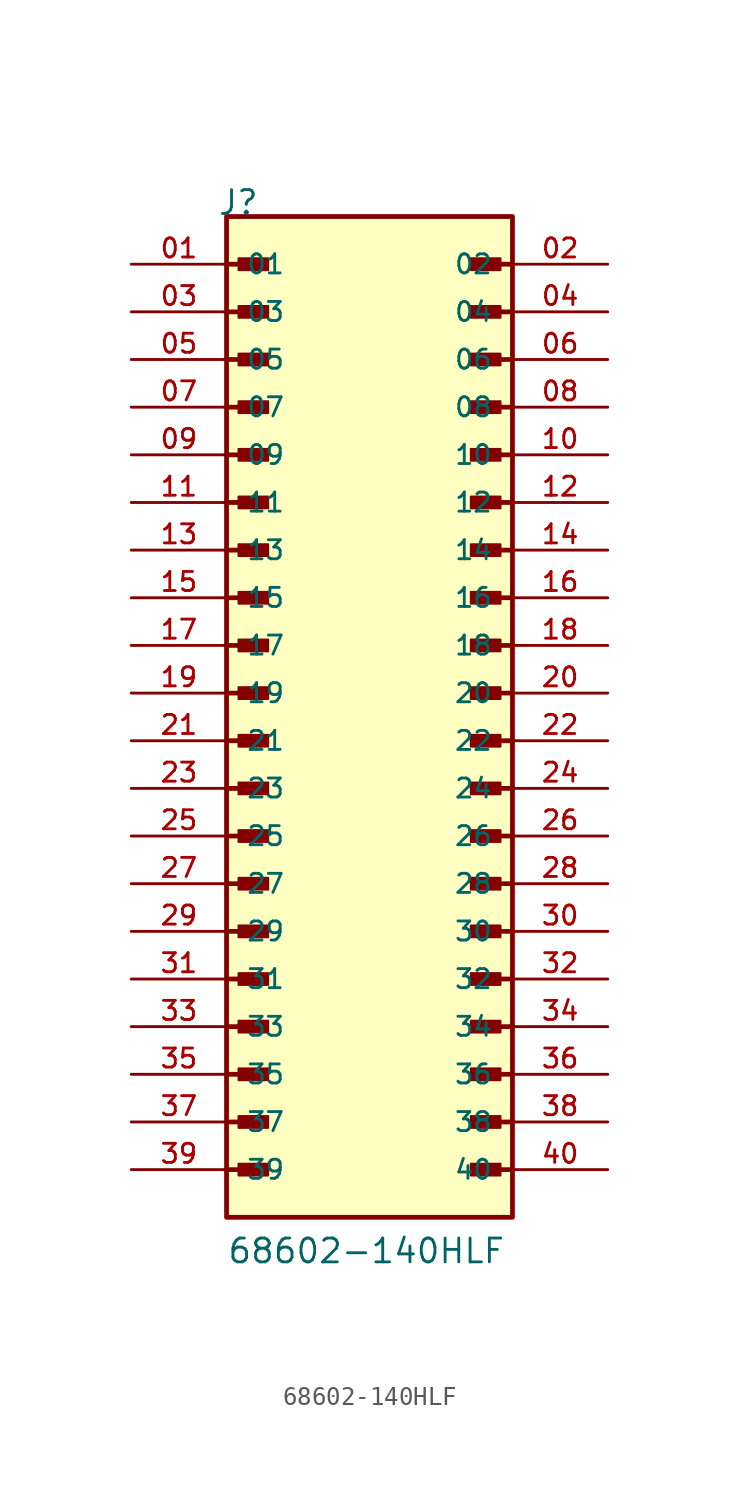
<source format=kicad_sym>
(kicad_symbol_lib
  (version 20211014)
  (generator kicad_symbol_editor)
  (symbol "68602-140HLF"
    (pin_names
      (offset 1.016))
    (property "Reference" "J"
      (at -8.12 27.94 0)
      (effects (font (size 1.27 1.27)) (justify bottom left)))
    (property "Value" "68602-140HLF"
      (at -7.62 -27.94 0)
      (effects (font (size 1.27 1.27)) (justify bottom left)))
    (symbol "68602-140HLF_0_0"
      (polyline (pts (xy -7.62 25.4) (xy -5.715 25.4)) (stroke (width 0.254)))
      (rectangle (start -6.985 25.082) (end -5.397 25.718) (stroke (width 0.1)) (fill (type outline)))
      (polyline (pts (xy 7.62 25.4) (xy 5.715 25.4)) (stroke (width 0.254)))
      (rectangle (start 6.985 25.082) (end 5.397 25.718) (stroke (width 0.1)) (fill (type outline)))
      (polyline (pts (xy -7.62 22.86) (xy -5.715 22.86)) (stroke (width 0.254)))
      (rectangle (start -6.985 22.543) (end -5.397 23.177) (stroke (width 0.1)) (fill (type outline)))
      (polyline (pts (xy 7.62 22.86) (xy 5.715 22.86)) (stroke (width 0.254)))
      (rectangle (start 6.985 22.543) (end 5.397 23.177) (stroke (width 0.1)) (fill (type outline)))
      (polyline (pts (xy -7.62 20.32) (xy -5.715 20.32)) (stroke (width 0.254)))
      (rectangle (start -6.985 20.003) (end -5.397 20.637) (stroke (width 0.1)) (fill (type outline)))
      (polyline (pts (xy 7.62 20.32) (xy 5.715 20.32)) (stroke (width 0.254)))
      (rectangle (start 6.985 20.003) (end 5.397 20.637) (stroke (width 0.1)) (fill (type outline)))
      (polyline (pts (xy -7.62 17.78) (xy -5.715 17.78)) (stroke (width 0.254)))
      (rectangle (start -6.985 17.462) (end -5.397 18.098) (stroke (width 0.1)) (fill (type outline)))
      (polyline (pts (xy 7.62 17.78) (xy 5.715 17.78)) (stroke (width 0.254)))
      (rectangle (start 6.985 17.462) (end 5.397 18.098) (stroke (width 0.1)) (fill (type outline)))
      (polyline (pts (xy -7.62 15.24) (xy -5.715 15.24)) (stroke (width 0.254)))
      (rectangle (start -6.985 14.922) (end -5.397 15.557) (stroke (width 0.1)) (fill (type outline)))
      (polyline (pts (xy 7.62 15.24) (xy 5.715 15.24)) (stroke (width 0.254)))
      (rectangle (start 6.985 14.922) (end 5.397 15.557) (stroke (width 0.1)) (fill (type outline)))
      (polyline (pts (xy -7.62 12.7) (xy -5.715 12.7)) (stroke (width 0.254)))
      (rectangle (start -6.985 12.383) (end -5.397 13.018) (stroke (width 0.1)) (fill (type outline)))
      (polyline (pts (xy 7.62 12.7) (xy 5.715 12.7)) (stroke (width 0.254)))
      (rectangle (start 6.985 12.383) (end 5.397 13.018) (stroke (width 0.1)) (fill (type outline)))
      (polyline (pts (xy -7.62 10.16) (xy -5.715 10.16)) (stroke (width 0.254)))
      (rectangle (start -6.985 9.842) (end -5.397 10.477) (stroke (width 0.1)) (fill (type outline)))
      (polyline (pts (xy 7.62 10.16) (xy 5.715 10.16)) (stroke (width 0.254)))
      (rectangle (start 6.985 9.842) (end 5.397 10.477) (stroke (width 0.1)) (fill (type outline)))
      (polyline (pts (xy -7.62 7.62) (xy -5.715 7.62)) (stroke (width 0.254)))
      (rectangle (start -6.985 7.303) (end -5.397 7.938) (stroke (width 0.1)) (fill (type outline)))
      (polyline (pts (xy 7.62 7.62) (xy 5.715 7.62)) (stroke (width 0.254)))
      (rectangle (start 6.985 7.303) (end 5.397 7.938) (stroke (width 0.1)) (fill (type outline)))
      (polyline (pts (xy -7.62 5.08) (xy -5.715 5.08)) (stroke (width 0.254)))
      (rectangle (start -6.985 4.763) (end -5.397 5.397) (stroke (width 0.1)) (fill (type outline)))
      (polyline (pts (xy 7.62 5.08) (xy 5.715 5.08)) (stroke (width 0.254)))
      (rectangle (start 6.985 4.763) (end 5.397 5.397) (stroke (width 0.1)) (fill (type outline)))
      (polyline (pts (xy -7.62 2.54) (xy -5.715 2.54)) (stroke (width 0.254)))
      (rectangle (start -6.985 2.223) (end -5.397 2.857) (stroke (width 0.1)) (fill (type outline)))
      (polyline (pts (xy 7.62 2.54) (xy 5.715 2.54)) (stroke (width 0.254)))
      (rectangle (start 6.985 2.223) (end 5.397 2.857) (stroke (width 0.1)) (fill (type outline)))
      (polyline (pts (xy -7.62 0.0) (xy -5.715 0.0)) (stroke (width 0.254)))
      (rectangle (start -6.985 -0.318) (end -5.397 0.318) (stroke (width 0.1)) (fill (type outline)))
      (polyline (pts (xy 7.62 0.0) (xy 5.715 0.0)) (stroke (width 0.254)))
      (rectangle (start 6.985 -0.318) (end 5.397 0.318) (stroke (width 0.1)) (fill (type outline)))
      (polyline (pts (xy -7.62 -2.54) (xy -5.715 -2.54)) (stroke (width 0.254)))
      (rectangle (start -6.985 -2.857) (end -5.397 -2.223) (stroke (width 0.1)) (fill (type outline)))
      (polyline (pts (xy 7.62 -2.54) (xy 5.715 -2.54)) (stroke (width 0.254)))
      (rectangle (start 6.985 -2.857) (end 5.397 -2.223) (stroke (width 0.1)) (fill (type outline)))
      (polyline (pts (xy -7.62 -5.08) (xy -5.715 -5.08)) (stroke (width 0.254)))
      (rectangle (start -6.985 -5.397) (end -5.397 -4.763) (stroke (width 0.1)) (fill (type outline)))
      (polyline (pts (xy 7.62 -5.08) (xy 5.715 -5.08)) (stroke (width 0.254)))
      (rectangle (start 6.985 -5.397) (end 5.397 -4.763) (stroke (width 0.1)) (fill (type outline)))
      (polyline (pts (xy -7.62 -7.62) (xy -5.715 -7.62)) (stroke (width 0.254)))
      (rectangle (start -6.985 -7.938) (end -5.397 -7.303) (stroke (width 0.1)) (fill (type outline)))
      (polyline (pts (xy 7.62 -7.62) (xy 5.715 -7.62)) (stroke (width 0.254)))
      (rectangle (start 6.985 -7.938) (end 5.397 -7.303) (stroke (width 0.1)) (fill (type outline)))
      (polyline (pts (xy -7.62 -10.16) (xy -5.715 -10.16)) (stroke (width 0.254)))
      (rectangle (start -6.985 -10.477) (end -5.397 -9.842) (stroke (width 0.1)) (fill (type outline)))
      (polyline (pts (xy 7.62 -10.16) (xy 5.715 -10.16)) (stroke (width 0.254)))
      (rectangle (start 6.985 -10.477) (end 5.397 -9.842) (stroke (width 0.1)) (fill (type outline)))
      (polyline (pts (xy -7.62 -12.7) (xy -5.715 -12.7)) (stroke (width 0.254)))
      (rectangle (start -6.985 -13.018) (end -5.397 -12.383) (stroke (width 0.1)) (fill (type outline)))
      (polyline (pts (xy 7.62 -12.7) (xy 5.715 -12.7)) (stroke (width 0.254)))
      (rectangle (start 6.985 -13.018) (end 5.397 -12.383) (stroke (width 0.1)) (fill (type outline)))
      (polyline (pts (xy -7.62 -15.24) (xy -5.715 -15.24)) (stroke (width 0.254)))
      (rectangle (start -6.985 -15.557) (end -5.397 -14.922) (stroke (width 0.1)) (fill (type outline)))
      (polyline (pts (xy 7.62 -15.24) (xy 5.715 -15.24)) (stroke (width 0.254)))
      (rectangle (start 6.985 -15.557) (end 5.397 -14.922) (stroke (width 0.1)) (fill (type outline)))
      (polyline (pts (xy -7.62 -17.78) (xy -5.715 -17.78)) (stroke (width 0.254)))
      (rectangle (start -6.985 -18.098) (end -5.397 -17.462) (stroke (width 0.1)) (fill (type outline)))
      (polyline (pts (xy 7.62 -17.78) (xy 5.715 -17.78)) (stroke (width 0.254)))
      (rectangle (start 6.985 -18.098) (end 5.397 -17.462) (stroke (width 0.1)) (fill (type outline)))
      (polyline (pts (xy -7.62 -20.32) (xy -5.715 -20.32)) (stroke (width 0.254)))
      (rectangle (start -6.985 -20.637) (end -5.397 -20.003) (stroke (width 0.1)) (fill (type outline)))
      (polyline (pts (xy 7.62 -20.32) (xy 5.715 -20.32)) (stroke (width 0.254)))
      (rectangle (start 6.985 -20.637) (end 5.397 -20.003) (stroke (width 0.1)) (fill (type outline)))
      (polyline (pts (xy -7.62 -22.86) (xy -5.715 -22.86)) (stroke (width 0.254)))
      (rectangle (start -6.985 -23.177) (end -5.397 -22.543) (stroke (width 0.1)) (fill (type outline)))
      (polyline (pts (xy 7.62 -22.86) (xy 5.715 -22.86)) (stroke (width 0.254)))
      (rectangle (start 6.985 -23.177) (end 5.397 -22.543) (stroke (width 0.1)) (fill (type outline)))
      (rectangle (start -7.62 -25.4) (end 7.62 27.94) (stroke (width 0.254)) (fill (type background)))
      (pin passive line (at -12.7 25.4 0) (length 5.08) (name "01" (effects (font (size 1.016 1.016)))) (number "01" (effects (font (size 1.016 1.016)))))
      (pin passive line (at 12.7 25.4 180.0) (length 5.08) (name "02" (effects (font (size 1.016 1.016)))) (number "02" (effects (font (size 1.016 1.016)))))
      (pin passive line (at -12.7 22.86 0) (length 5.08) (name "03" (effects (font (size 1.016 1.016)))) (number "03" (effects (font (size 1.016 1.016)))))
      (pin passive line (at 12.7 22.86 180.0) (length 5.08) (name "04" (effects (font (size 1.016 1.016)))) (number "04" (effects (font (size 1.016 1.016)))))
      (pin passive line (at -12.7 20.32 0) (length 5.08) (name "05" (effects (font (size 1.016 1.016)))) (number "05" (effects (font (size 1.016 1.016)))))
      (pin passive line (at 12.7 20.32 180.0) (length 5.08) (name "06" (effects (font (size 1.016 1.016)))) (number "06" (effects (font (size 1.016 1.016)))))
      (pin passive line (at -12.7 17.78 0) (length 5.08) (name "07" (effects (font (size 1.016 1.016)))) (number "07" (effects (font (size 1.016 1.016)))))
      (pin passive line (at 12.7 17.78 180.0) (length 5.08) (name "08" (effects (font (size 1.016 1.016)))) (number "08" (effects (font (size 1.016 1.016)))))
      (pin passive line (at -12.7 15.24 0) (length 5.08) (name "09" (effects (font (size 1.016 1.016)))) (number "09" (effects (font (size 1.016 1.016)))))
      (pin passive line (at 12.7 15.24 180.0) (length 5.08) (name "10" (effects (font (size 1.016 1.016)))) (number "10" (effects (font (size 1.016 1.016)))))
      (pin passive line (at -12.7 12.7 0) (length 5.08) (name "11" (effects (font (size 1.016 1.016)))) (number "11" (effects (font (size 1.016 1.016)))))
      (pin passive line (at 12.7 12.7 180.0) (length 5.08) (name "12" (effects (font (size 1.016 1.016)))) (number "12" (effects (font (size 1.016 1.016)))))
      (pin passive line (at -12.7 10.16 0) (length 5.08) (name "13" (effects (font (size 1.016 1.016)))) (number "13" (effects (font (size 1.016 1.016)))))
      (pin passive line (at 12.7 10.16 180.0) (length 5.08) (name "14" (effects (font (size 1.016 1.016)))) (number "14" (effects (font (size 1.016 1.016)))))
      (pin passive line (at -12.7 7.62 0) (length 5.08) (name "15" (effects (font (size 1.016 1.016)))) (number "15" (effects (font (size 1.016 1.016)))))
      (pin passive line (at 12.7 7.62 180.0) (length 5.08) (name "16" (effects (font (size 1.016 1.016)))) (number "16" (effects (font (size 1.016 1.016)))))
      (pin passive line (at -12.7 5.08 0) (length 5.08) (name "17" (effects (font (size 1.016 1.016)))) (number "17" (effects (font (size 1.016 1.016)))))
      (pin passive line (at 12.7 5.08 180.0) (length 5.08) (name "18" (effects (font (size 1.016 1.016)))) (number "18" (effects (font (size 1.016 1.016)))))
      (pin passive line (at -12.7 2.54 0) (length 5.08) (name "19" (effects (font (size 1.016 1.016)))) (number "19" (effects (font (size 1.016 1.016)))))
      (pin passive line (at 12.7 2.54 180.0) (length 5.08) (name "20" (effects (font (size 1.016 1.016)))) (number "20" (effects (font (size 1.016 1.016)))))
      (pin passive line (at -12.7 0.0 0) (length 5.08) (name "21" (effects (font (size 1.016 1.016)))) (number "21" (effects (font (size 1.016 1.016)))))
      (pin passive line (at 12.7 0.0 180.0) (length 5.08) (name "22" (effects (font (size 1.016 1.016)))) (number "22" (effects (font (size 1.016 1.016)))))
      (pin passive line (at -12.7 -2.54 0) (length 5.08) (name "23" (effects (font (size 1.016 1.016)))) (number "23" (effects (font (size 1.016 1.016)))))
      (pin passive line (at 12.7 -2.54 180.0) (length 5.08) (name "24" (effects (font (size 1.016 1.016)))) (number "24" (effects (font (size 1.016 1.016)))))
      (pin passive line (at -12.7 -5.08 0) (length 5.08) (name "25" (effects (font (size 1.016 1.016)))) (number "25" (effects (font (size 1.016 1.016)))))
      (pin passive line (at 12.7 -5.08 180.0) (length 5.08) (name "26" (effects (font (size 1.016 1.016)))) (number "26" (effects (font (size 1.016 1.016)))))
      (pin passive line (at -12.7 -7.62 0) (length 5.08) (name "27" (effects (font (size 1.016 1.016)))) (number "27" (effects (font (size 1.016 1.016)))))
      (pin passive line (at 12.7 -7.62 180.0) (length 5.08) (name "28" (effects (font (size 1.016 1.016)))) (number "28" (effects (font (size 1.016 1.016)))))
      (pin passive line (at -12.7 -10.16 0) (length 5.08) (name "29" (effects (font (size 1.016 1.016)))) (number "29" (effects (font (size 1.016 1.016)))))
      (pin passive line (at 12.7 -10.16 180.0) (length 5.08) (name "30" (effects (font (size 1.016 1.016)))) (number "30" (effects (font (size 1.016 1.016)))))
      (pin passive line (at -12.7 -12.7 0) (length 5.08) (name "31" (effects (font (size 1.016 1.016)))) (number "31" (effects (font (size 1.016 1.016)))))
      (pin passive line (at 12.7 -12.7 180.0) (length 5.08) (name "32" (effects (font (size 1.016 1.016)))) (number "32" (effects (font (size 1.016 1.016)))))
      (pin passive line (at -12.7 -15.24 0) (length 5.08) (name "33" (effects (font (size 1.016 1.016)))) (number "33" (effects (font (size 1.016 1.016)))))
      (pin passive line (at 12.7 -15.24 180.0) (length 5.08) (name "34" (effects (font (size 1.016 1.016)))) (number "34" (effects (font (size 1.016 1.016)))))
      (pin passive line (at -12.7 -17.78 0) (length 5.08) (name "35" (effects (font (size 1.016 1.016)))) (number "35" (effects (font (size 1.016 1.016)))))
      (pin passive line (at 12.7 -17.78 180.0) (length 5.08) (name "36" (effects (font (size 1.016 1.016)))) (number "36" (effects (font (size 1.016 1.016)))))
      (pin passive line (at -12.7 -20.32 0) (length 5.08) (name "37" (effects (font (size 1.016 1.016)))) (number "37" (effects (font (size 1.016 1.016)))))
      (pin passive line (at 12.7 -20.32 180.0) (length 5.08) (name "38" (effects (font (size 1.016 1.016)))) (number "38" (effects (font (size 1.016 1.016)))))
      (pin passive line (at -12.7 -22.86 0) (length 5.08) (name "39" (effects (font (size 1.016 1.016)))) (number "39" (effects (font (size 1.016 1.016)))))
      (pin passive line (at 12.7 -22.86 180.0) (length 5.08) (name "40" (effects (font (size 1.016 1.016)))) (number "40" (effects (font (size 1.016 1.016))))))))
</source>
